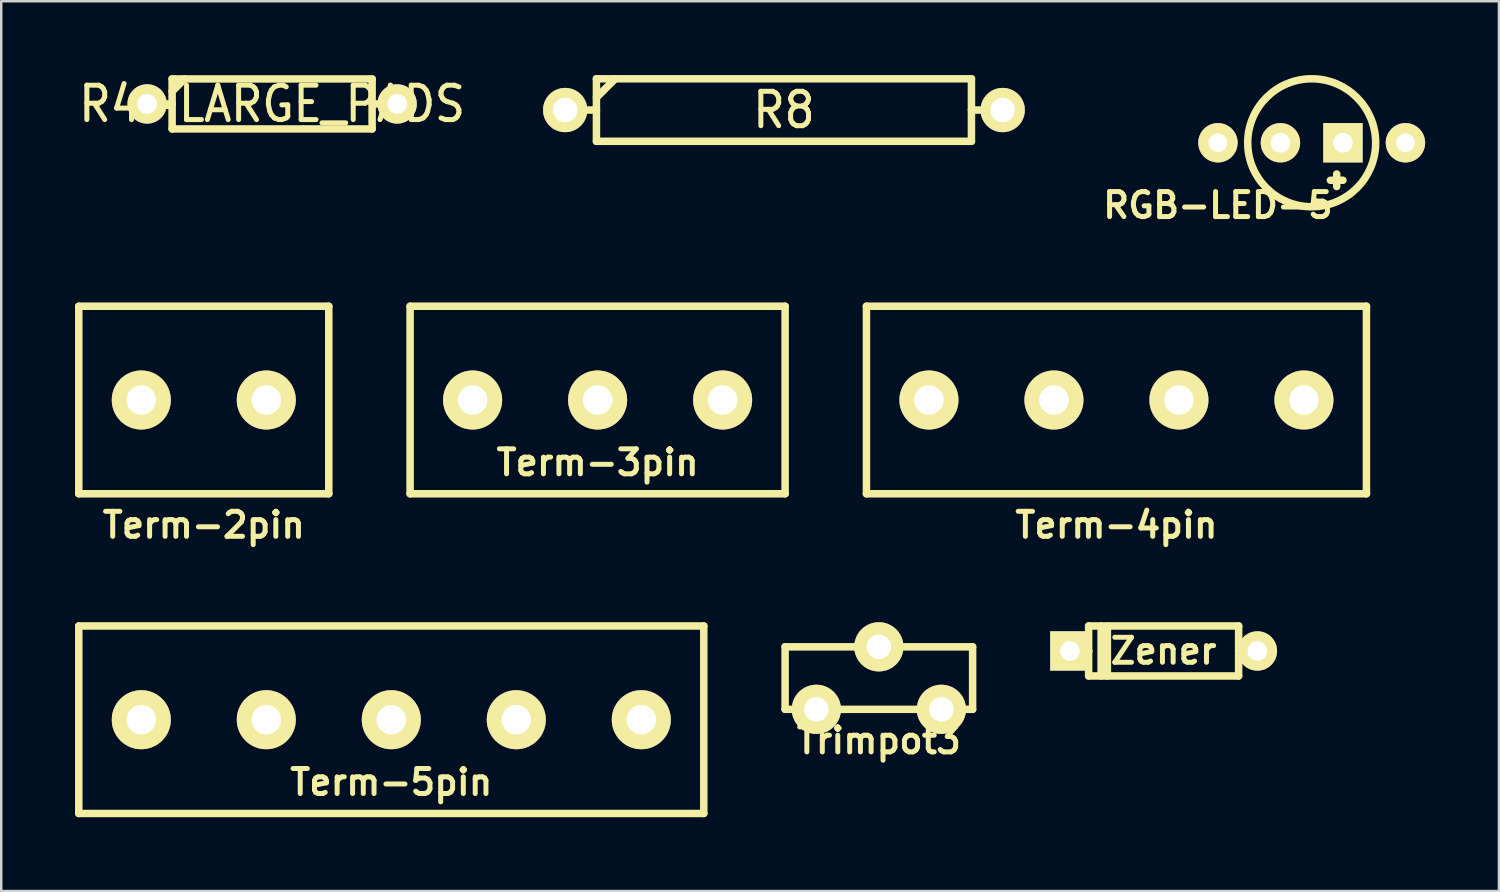
<source format=kicad_pcb>
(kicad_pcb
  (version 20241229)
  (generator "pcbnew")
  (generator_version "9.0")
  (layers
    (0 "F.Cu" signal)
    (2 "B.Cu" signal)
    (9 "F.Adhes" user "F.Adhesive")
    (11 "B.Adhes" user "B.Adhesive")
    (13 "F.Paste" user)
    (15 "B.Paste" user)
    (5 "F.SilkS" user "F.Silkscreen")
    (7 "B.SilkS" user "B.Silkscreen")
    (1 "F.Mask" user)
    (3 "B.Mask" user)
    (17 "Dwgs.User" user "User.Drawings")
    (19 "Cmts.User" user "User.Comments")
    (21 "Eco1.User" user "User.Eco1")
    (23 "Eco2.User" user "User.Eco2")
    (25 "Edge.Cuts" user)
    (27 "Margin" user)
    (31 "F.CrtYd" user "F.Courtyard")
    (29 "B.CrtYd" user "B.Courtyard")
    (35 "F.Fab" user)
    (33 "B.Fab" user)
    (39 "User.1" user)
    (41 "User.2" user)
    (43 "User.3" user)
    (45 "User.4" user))
  (footprint "R4-LARGE_PADS"
    (layer "F.Cu")
    (at 8.009 1.174)
    (property "Reference" "R4-LARGE_PADS" (at 0 0 0) (layer "F.SilkS") (effects (font (size 1.397 1.27) (thickness 0.203))))
    (attr through_hole)
    (fp_line (start -5.08 0) (end -4.064 0) (stroke (width 0.305) (type solid)) (layer "F.SilkS"))
    (fp_line (start -4.064 -1.016) (end 4.064 -1.016) (stroke (width 0.305) (type solid)) (layer "F.SilkS"))
    (fp_line (start -4.064 -0.508) (end -3.556 -1.016) (stroke (width 0.305) (type solid)) (layer "F.SilkS"))
    (fp_line (start -4.064 0) (end -4.064 -1.016) (stroke (width 0.305) (type solid)) (layer "F.SilkS"))
    (fp_line (start -4.064 1.016) (end -4.064 0) (stroke (width 0.305) (type solid)) (layer "F.SilkS"))
    (fp_line (start 4.064 -1.016) (end 4.064 1.016) (stroke (width 0.305) (type solid)) (layer "F.SilkS"))
    (fp_line (start 4.064 1.016) (end -4.064 1.016) (stroke (width 0.305) (type solid)) (layer "F.SilkS"))
    (fp_line (start 5.08 0) (end 4.064 0) (stroke (width 0.305) (type solid)) (layer "F.SilkS"))
    (pad "1" thru_hole circle (at -5.08 0) (size 1.6 1.6) (drill 0.8) (layers "*.Cu" "*.Mask" "F.SilkS"))
    (pad "2" thru_hole circle (at 5.08 0) (size 1.6 1.6) (drill 0.8) (layers "*.Cu" "*.Mask" "F.SilkS")))
  (footprint "Term-4pin"
    (layer "F.Cu")
    (at 42.322 13.206)
    (property "Reference" "Term-4pin" (at 0 5.08 0) (layer "F.SilkS") (effects (font (size 1.016 1.016) (thickness 0.203))))
    (attr through_hole)
    (fp_line (start -10.16 -3.81) (end -10.16 3.81) (stroke (width 0.305) (type solid)) (layer "F.SilkS"))
    (fp_line (start -10.16 3.81) (end 10.16 3.81) (stroke (width 0.305) (type solid)) (layer "F.SilkS"))
    (fp_line (start 10.16 -3.81) (end -10.16 -3.81) (stroke (width 0.305) (type solid)) (layer "F.SilkS"))
    (fp_line (start 10.16 3.81) (end 10.16 -3.81) (stroke (width 0.305) (type solid)) (layer "F.SilkS"))
    (pad "1" thru_hole circle (at -7.62 0) (size 2.4 2.4) (drill 1.2) (layers "*.Cu" "*.Mask" "F.SilkS"))
    (pad "2" thru_hole circle (at -2.54 0) (size 2.4 2.4) (drill 1.2) (layers "*.Cu" "*.Mask" "F.SilkS"))
    (pad "3" thru_hole circle (at 2.54 0) (size 2.4 2.4) (drill 1.2) (layers "*.Cu" "*.Mask" "F.SilkS"))
    (pad "4" thru_hole circle (at 7.62 0) (size 2.4 2.4) (drill 1.2) (layers "*.Cu" "*.Mask" "F.SilkS")))
  (footprint "Trimpot3"
    (placed yes)
    (layer "F.Cu")
    (at 32.667 25.777)
    (property "Reference" "Trimpot3" (at 0 1.27 0) (layer "F.SilkS") (effects (font (size 1.016 1.016) (thickness 0.203))))
    (attr through_hole)
    (fp_line (start -3.81 -2.54) (end -3.81 0) (stroke (width 0.305) (type solid)) (layer "F.SilkS"))
    (fp_line (start -3.81 0) (end 3.81 0) (stroke (width 0.305) (type solid)) (layer "F.SilkS"))
    (fp_line (start 3.81 -2.54) (end -3.81 -2.54) (stroke (width 0.305) (type solid)) (layer "F.SilkS"))
    (fp_line (start 3.81 0) (end 3.81 -2.54) (stroke (width 0.305) (type solid)) (layer "F.SilkS"))
    (pad "1" thru_hole circle (at -2.54 0) (size 2 2) (drill 1) (layers "*.Cu" "*.Mask" "F.SilkS"))
    (pad "2" thru_hole circle (at 0 -2.54) (size 2 2) (drill 1) (layers "*.Cu" "*.Mask" "F.SilkS"))
    (pad "3" thru_hole circle (at 2.54 0) (size 2 2) (drill 1) (layers "*.Cu" "*.Mask" "F.SilkS")))
  (footprint "Term-3pin"
    (layer "F.Cu")
    (at 21.237 13.206)
    (property "Reference" "Term-3pin" (at 0 2.54 0) (layer "F.SilkS") (effects (font (size 1.016 1.016) (thickness 0.203))))
    (attr through_hole)
    (fp_line (start -7.62 -3.81) (end -7.62 3.81) (stroke (width 0.305) (type solid)) (layer "F.SilkS"))
    (fp_line (start -7.62 3.81) (end 7.62 3.81) (stroke (width 0.305) (type solid)) (layer "F.SilkS"))
    (fp_line (start 7.62 -3.81) (end -7.62 -3.81) (stroke (width 0.305) (type solid)) (layer "F.SilkS"))
    (fp_line (start 7.62 3.81) (end 7.62 -3.81) (stroke (width 0.305) (type solid)) (layer "F.SilkS"))
    (pad "1" thru_hole circle (at -5.08 0) (size 2.4 2.4) (drill 1.2) (layers "*.Cu" "*.Mask" "F.SilkS"))
    (pad "2" thru_hole circle (at 0 0) (size 2.4 2.4) (drill 1.2) (layers "*.Cu" "*.Mask" "F.SilkS"))
    (pad "3" thru_hole circle (at 5.08 0) (size 2.4 2.4) (drill 1.2) (layers "*.Cu" "*.Mask" "F.SilkS")))
  (footprint "RGB-LED-5"
    (layer "F.Cu")
    (at 50.257 2.752)
    (property "Reference" "RGB-LED-5" (at -3.81 2.54 0) (layer "F.SilkS") (effects (font (size 1.016 1.016) (thickness 0.203))))
    (attr through_hole)
    (fp_line (start 0.762 1.524) (end 1.27 1.524) (stroke (width 0.305) (type solid)) (layer "F.SilkS"))
    (fp_line (start 1.016 1.27) (end 1.016 1.778) (stroke (width 0.305) (type solid)) (layer "F.SilkS"))
    (fp_circle (center 0 0) (end 2.4 1) (stroke (width 0.305) (type solid)) (fill no) (layer "F.SilkS"))
    (pad "1" thru_hole rect (at 1.27 0) (size 1.6 1.6) (drill 0.8) (layers "*.Cu" "*.Mask" "F.SilkS"))
    (pad "2" thru_hole circle (at 3.81 0) (size 1.6 1.6) (drill 0.762) (layers "*.Cu" "*.Mask" "F.SilkS"))
    (pad "3" thru_hole circle (at -1.27 0) (size 1.6 1.6) (drill 0.8) (layers "*.Cu" "*.Mask" "F.SilkS"))
    (pad "4" thru_hole circle (at -3.81 0) (size 1.6 1.6) (drill 0.762) (layers "*.Cu" "*.Mask" "F.SilkS")))
  (footprint "Term-2pin"
    (layer "F.Cu")
    (at 5.232 13.206)
    (property "Reference" "Term-2pin" (at 0 5.08 0) (layer "F.SilkS") (effects (font (size 1.016 1.016) (thickness 0.203))))
    (attr through_hole)
    (fp_line (start -5.08 -3.81) (end -5.08 3.81) (stroke (width 0.305) (type solid)) (layer "F.SilkS"))
    (fp_line (start -5.08 3.81) (end 5.08 3.81) (stroke (width 0.305) (type solid)) (layer "F.SilkS"))
    (fp_line (start 5.08 -3.81) (end -5.08 -3.81) (stroke (width 0.305) (type solid)) (layer "F.SilkS"))
    (fp_line (start 5.08 3.81) (end 5.08 -3.81) (stroke (width 0.305) (type solid)) (layer "F.SilkS"))
    (pad "1" thru_hole circle (at -2.54 0) (size 2.4 2.4) (drill 1.2) (layers "*.Cu" "*.Mask" "F.SilkS"))
    (pad "2" thru_hole circle (at 2.54 0) (size 2.4 2.4) (drill 1.2) (layers "*.Cu" "*.Mask" "F.SilkS")))
  (footprint "Zener"
    (layer "F.Cu")
    (at 44.24 23.405)
    (property "Reference" "Zener" (at 0 0 0) (layer "F.SilkS") (effects (font (size 1.016 1.016) (thickness 0.203))))
    (attr through_hole)
    (fp_line (start -3.048 -1.016) (end -3.048 0) (stroke (width 0.305) (type solid)) (layer "F.SilkS"))
    (fp_line (start -3.048 0) (end -3.81 0) (stroke (width 0.305) (type solid)) (layer "F.SilkS"))
    (fp_line (start -3.048 0) (end -3.048 1.016) (stroke (width 0.305) (type solid)) (layer "F.SilkS"))
    (fp_line (start -3.048 1.016) (end 3.048 1.016) (stroke (width 0.305) (type solid)) (layer "F.SilkS"))
    (fp_line (start -2.54 -1.016) (end -2.54 1.016) (stroke (width 0.305) (type solid)) (layer "F.SilkS"))
    (fp_line (start -2.286 1.016) (end -2.286 -1.016) (stroke (width 0.305) (type solid)) (layer "F.SilkS"))
    (fp_line (start 3.048 -1.016) (end -3.048 -1.016) (stroke (width 0.305) (type solid)) (layer "F.SilkS"))
    (fp_line (start 3.048 0) (end 3.048 -1.016) (stroke (width 0.305) (type solid)) (layer "F.SilkS"))
    (fp_line (start 3.048 1.016) (end 3.048 0) (stroke (width 0.305) (type solid)) (layer "F.SilkS"))
    (fp_line (start 3.81 0) (end 3.048 0) (stroke (width 0.305) (type solid)) (layer "F.SilkS"))
    (pad "1" thru_hole circle (at 3.81 0) (size 1.6 1.6) (drill 0.8) (layers "*.Cu" "*.Mask" "F.SilkS"))
    (pad "2" thru_hole rect (at -3.81 0) (size 1.6 1.6) (drill 0.8) (layers "*.Cu" "*.Mask" "F.SilkS")))
  (footprint "R8"
    (layer "F.Cu")
    (at 28.809 1.422)
    (property "Reference" "R8" (at 0 0 0) (layer "F.SilkS") (effects (font (size 1.397 1.27) (thickness 0.203))))
    (attr through_hole)
    (fp_line (start -8.89 0) (end -7.62 0) (stroke (width 0.305) (type solid)) (layer "F.SilkS"))
    (fp_line (start -7.62 -1.27) (end -7.62 1.27) (stroke (width 0.305) (type solid)) (layer "F.SilkS"))
    (fp_line (start -7.62 -1.27) (end 7.62 -1.27) (stroke (width 0.305) (type solid)) (layer "F.SilkS"))
    (fp_line (start -7.62 -0.508) (end -6.858 -1.27) (stroke (width 0.305) (type solid)) (layer "F.SilkS"))
    (fp_line (start 7.62 -1.27) (end 7.62 1.27) (stroke (width 0.305) (type solid)) (layer "F.SilkS"))
    (fp_line (start 7.62 0) (end 8.89 0) (stroke (width 0.305) (type solid)) (layer "F.SilkS"))
    (fp_line (start 7.62 1.27) (end -7.62 1.27) (stroke (width 0.305) (type solid)) (layer "F.SilkS"))
    (pad "1" thru_hole circle (at -8.89 0) (size 1.8 1.8) (drill 1) (layers "*.Cu" "*.Mask" "F.SilkS"))
    (pad "2" thru_hole circle (at 8.89 0) (size 1.8 1.8) (drill 1) (layers "*.Cu" "*.Mask" "F.SilkS")))
  (footprint "Term-5pin"
    (layer "F.Cu")
    (at 12.852 26.199)
    (property "Reference" "Term-5pin" (at 0 2.54 0) (layer "F.SilkS") (effects (font (size 1.016 1.016) (thickness 0.203))))
    (attr through_hole)
    (fp_line (start -12.7 -3.81) (end -12.7 3.81) (stroke (width 0.305) (type solid)) (layer "F.SilkS"))
    (fp_line (start -12.7 3.81) (end 12.7 3.81) (stroke (width 0.305) (type solid)) (layer "F.SilkS"))
    (fp_line (start 12.7 -3.81) (end -12.7 -3.81) (stroke (width 0.305) (type solid)) (layer "F.SilkS"))
    (fp_line (start 12.7 3.81) (end 12.7 -3.81) (stroke (width 0.305) (type solid)) (layer "F.SilkS"))
    (pad "1" thru_hole circle (at -10.16 0) (size 2.4 2.4) (drill 1.2) (layers "*.Cu" "*.Mask" "F.SilkS"))
    (pad "2" thru_hole circle (at -5.08 0) (size 2.4 2.4) (drill 1.2) (layers "*.Cu" "*.Mask" "F.SilkS"))
    (pad "3" thru_hole circle (at 0 0) (size 2.4 2.4) (drill 1.2) (layers "*.Cu" "*.Mask" "F.SilkS"))
    (pad "4" thru_hole circle (at 5.08 0) (size 2.4 2.4) (drill 1.2) (layers "*.Cu" "*.Mask" "F.SilkS"))
    (pad "5" thru_hole circle (at 10.16 0) (size 2.4 2.4) (drill 1.2) (layers "*.Cu" "*.Mask" "F.SilkS")))
  (gr_rect
    (start -3 -3)
    (end 57.867 33.162)
    (stroke (width 0.1) (type default))
    (fill no)
    (layer "Edge.Cuts")))
</source>
